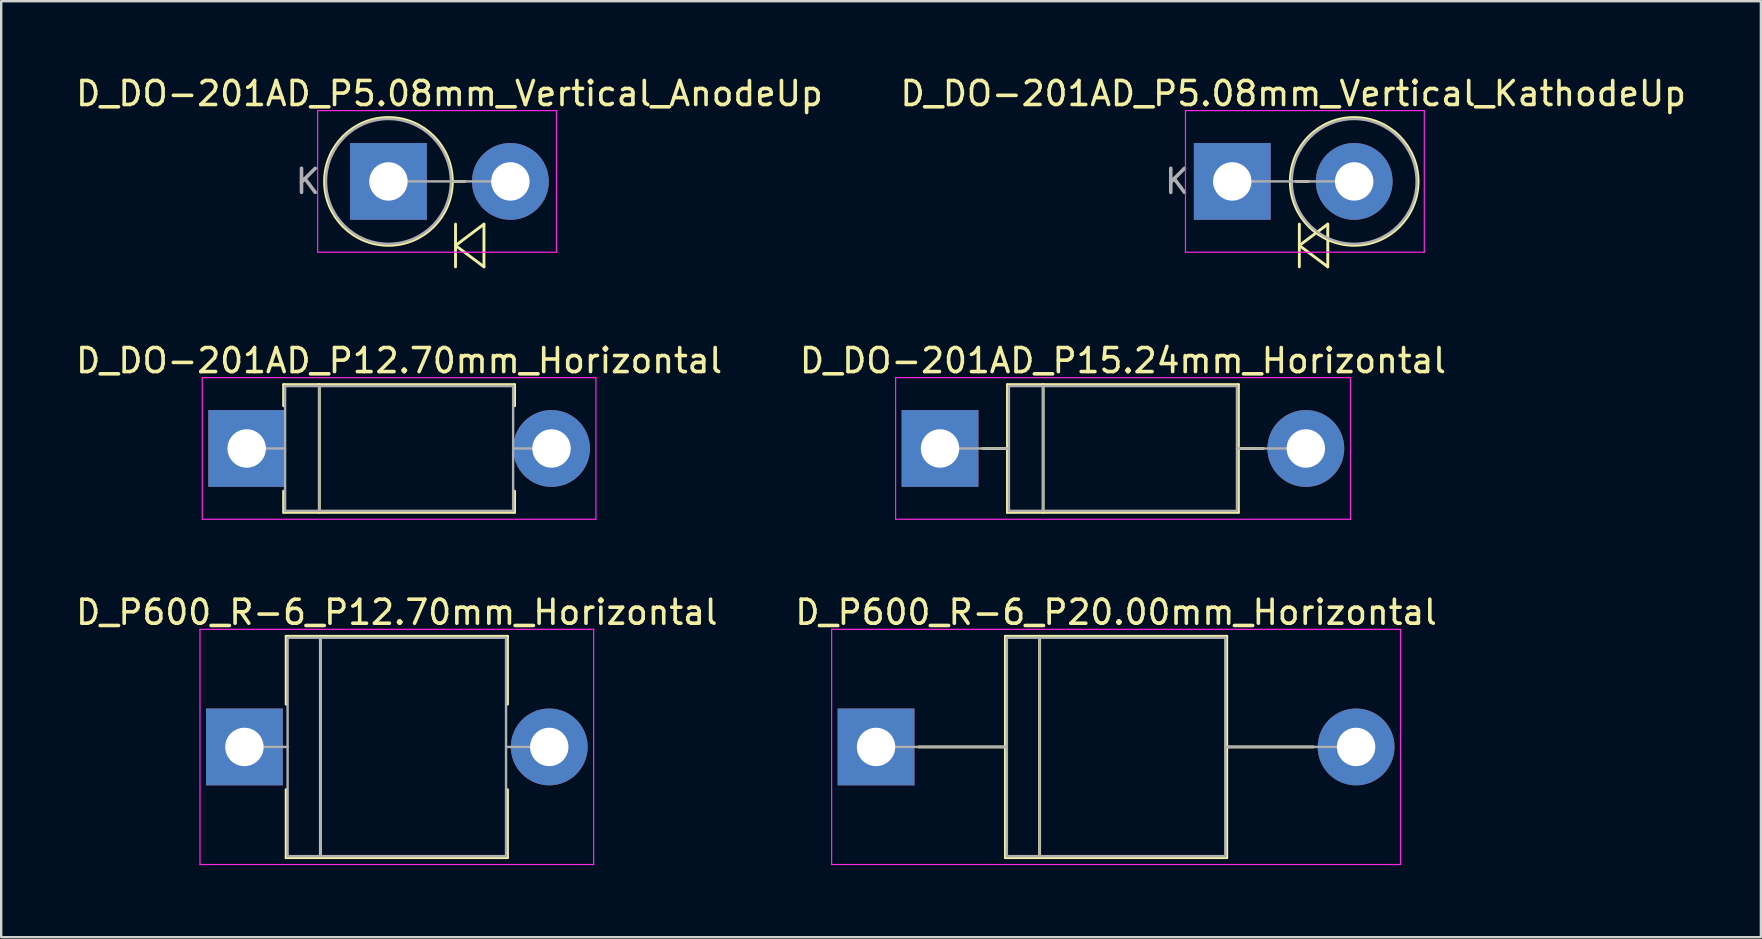
<source format=kicad_pcb>
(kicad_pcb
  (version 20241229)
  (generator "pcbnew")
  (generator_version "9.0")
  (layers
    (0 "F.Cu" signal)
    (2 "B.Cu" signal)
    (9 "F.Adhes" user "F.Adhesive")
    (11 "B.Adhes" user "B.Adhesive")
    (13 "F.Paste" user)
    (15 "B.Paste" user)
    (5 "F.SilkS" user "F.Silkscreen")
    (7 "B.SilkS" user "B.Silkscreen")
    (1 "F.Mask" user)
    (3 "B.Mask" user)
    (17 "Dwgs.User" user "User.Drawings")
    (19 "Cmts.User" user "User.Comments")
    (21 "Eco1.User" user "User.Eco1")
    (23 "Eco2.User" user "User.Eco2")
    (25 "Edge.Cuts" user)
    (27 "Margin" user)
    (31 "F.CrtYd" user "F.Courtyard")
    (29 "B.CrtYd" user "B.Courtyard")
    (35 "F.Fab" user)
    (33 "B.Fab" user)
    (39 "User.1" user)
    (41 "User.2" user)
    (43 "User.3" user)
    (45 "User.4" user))
  (footprint "D_DO-201AD_P5.08mm_Vertical_AnodeUp"
    (layer "F.Cu")
    (at 13.133 4.508)
    (property "Reference" "D_DO-201AD_P5.08mm_Vertical_AnodeUp" (at 2.54 -3.66 0) (layer "F.SilkS") (effects (font (size 1 1) (thickness 0.15))))
    (attr through_hole)
    (fp_line (start 2.66 0) (end 3.18 0) (stroke (width 0.12) (type solid)) (layer "F.SilkS"))
    (fp_line (start 2.794 1.78) (end 2.794 3.558) (stroke (width 0.12) (type solid)) (layer "F.SilkS"))
    (fp_line (start 2.794 2.669) (end 3.979 1.78) (stroke (width 0.12) (type solid)) (layer "F.SilkS"))
    (fp_line (start 3.979 1.78) (end 3.979 3.558) (stroke (width 0.12) (type solid)) (layer "F.SilkS"))
    (fp_line (start 3.979 3.558) (end 2.794 2.669) (stroke (width 0.12) (type solid)) (layer "F.SilkS"))
    (fp_circle (center 0 0) (end 2.66 0) (stroke (width 0.12) (type solid)) (fill no) (layer "F.SilkS"))
    (fp_line (start -2.95 -2.95) (end -2.95 2.95) (stroke (width 0.05) (type solid)) (layer "F.CrtYd"))
    (fp_line (start -2.95 2.95) (end 7 2.95) (stroke (width 0.05) (type solid)) (layer "F.CrtYd"))
    (fp_line (start 7 -2.95) (end -2.95 -2.95) (stroke (width 0.05) (type solid)) (layer "F.CrtYd"))
    (fp_line (start 7 2.95) (end 7 -2.95) (stroke (width 0.05) (type solid)) (layer "F.CrtYd"))
    (fp_line (start 0 0) (end 5.08 0) (stroke (width 0.1) (type solid)) (layer "F.Fab"))
    (fp_circle (center 0 0) (end 2.6 0) (stroke (width 0.1) (type solid)) (fill no) (layer "F.Fab"))
    (fp_text user "K" (at -3.36 0 0) (layer "F.Fab") (effects (font (size 1 1) (thickness 0.15))))
    (pad "1" thru_hole rect (at 0 0) (size 3.2 3.2) (drill 1.6) (layers "*.Cu" "*.Mask"))
    (pad "2" thru_hole oval (at 5.08 0) (size 3.2 3.2) (drill 1.6) (layers "*.Cu" "*.Mask")))
  (footprint "D_P600_R-6_P20.00mm_Horizontal"
    (layer "F.Cu")
    (at 33.446 28.068)
    (property "Reference" "D_P600_R-6_P20.00mm_Horizontal" (at 10 -5.61 0) (layer "F.SilkS") (effects (font (size 1 1) (thickness 0.15))))
    (attr through_hole)
    (fp_line (start 1.78 0) (end 5.39 0) (stroke (width 0.12) (type solid)) (layer "F.SilkS"))
    (fp_line (start 5.39 -4.61) (end 5.39 4.61) (stroke (width 0.12) (type solid)) (layer "F.SilkS"))
    (fp_line (start 5.39 4.61) (end 14.61 4.61) (stroke (width 0.12) (type solid)) (layer "F.SilkS"))
    (fp_line (start 6.815 -4.61) (end 6.815 4.61) (stroke (width 0.12) (type solid)) (layer "F.SilkS"))
    (fp_line (start 14.61 -4.61) (end 5.39 -4.61) (stroke (width 0.12) (type solid)) (layer "F.SilkS"))
    (fp_line (start 14.61 4.61) (end 14.61 -4.61) (stroke (width 0.12) (type solid)) (layer "F.SilkS"))
    (fp_line (start 18.22 0) (end 14.61 0) (stroke (width 0.12) (type solid)) (layer "F.SilkS"))
    (fp_line (start -1.85 -4.9) (end -1.85 4.9) (stroke (width 0.05) (type solid)) (layer "F.CrtYd"))
    (fp_line (start -1.85 4.9) (end 21.85 4.9) (stroke (width 0.05) (type solid)) (layer "F.CrtYd"))
    (fp_line (start 21.85 -4.9) (end -1.85 -4.9) (stroke (width 0.05) (type solid)) (layer "F.CrtYd"))
    (fp_line (start 21.85 4.9) (end 21.85 -4.9) (stroke (width 0.05) (type solid)) (layer "F.CrtYd"))
    (fp_line (start 0 0) (end 5.45 0) (stroke (width 0.1) (type solid)) (layer "F.Fab"))
    (fp_line (start 5.45 -4.55) (end 5.45 4.55) (stroke (width 0.1) (type solid)) (layer "F.Fab"))
    (fp_line (start 5.45 4.55) (end 14.55 4.55) (stroke (width 0.1) (type solid)) (layer "F.Fab"))
    (fp_line (start 6.815 -4.55) (end 6.815 4.55) (stroke (width 0.1) (type solid)) (layer "F.Fab"))
    (fp_line (start 14.55 -4.55) (end 5.45 -4.55) (stroke (width 0.1) (type solid)) (layer "F.Fab"))
    (fp_line (start 14.55 4.55) (end 14.55 -4.55) (stroke (width 0.1) (type solid)) (layer "F.Fab"))
    (fp_line (start 20 0) (end 14.55 0) (stroke (width 0.1) (type solid)) (layer "F.Fab"))
    (pad "1" thru_hole rect (at 0 0) (size 3.2 3.2) (drill 1.6) (layers "*.Cu" "*.Mask"))
    (pad "2" thru_hole oval (at 20 0) (size 3.2 3.2) (drill 1.6) (layers "*.Cu" "*.Mask")))
  (footprint "D_DO-201AD_P15.24mm_Horizontal"
    (layer "F.Cu")
    (at 36.112 15.634)
    (property "Reference" "D_DO-201AD_P15.24mm_Horizontal" (at 7.62 -3.66 0) (layer "F.SilkS") (effects (font (size 1 1) (thickness 0.15))))
    (attr through_hole)
    (fp_line (start 1.78 0) (end 2.81 0) (stroke (width 0.12) (type solid)) (layer "F.SilkS"))
    (fp_line (start 2.81 -2.66) (end 2.81 2.66) (stroke (width 0.12) (type solid)) (layer "F.SilkS"))
    (fp_line (start 2.81 2.66) (end 12.43 2.66) (stroke (width 0.12) (type solid)) (layer "F.SilkS"))
    (fp_line (start 4.295 -2.66) (end 4.295 2.66) (stroke (width 0.12) (type solid)) (layer "F.SilkS"))
    (fp_line (start 12.43 -2.66) (end 2.81 -2.66) (stroke (width 0.12) (type solid)) (layer "F.SilkS"))
    (fp_line (start 12.43 2.66) (end 12.43 -2.66) (stroke (width 0.12) (type solid)) (layer "F.SilkS"))
    (fp_line (start 13.46 0) (end 12.43 0) (stroke (width 0.12) (type solid)) (layer "F.SilkS"))
    (fp_line (start -1.85 -2.95) (end -1.85 2.95) (stroke (width 0.05) (type solid)) (layer "F.CrtYd"))
    (fp_line (start -1.85 2.95) (end 17.1 2.95) (stroke (width 0.05) (type solid)) (layer "F.CrtYd"))
    (fp_line (start 17.1 -2.95) (end -1.85 -2.95) (stroke (width 0.05) (type solid)) (layer "F.CrtYd"))
    (fp_line (start 17.1 2.95) (end 17.1 -2.95) (stroke (width 0.05) (type solid)) (layer "F.CrtYd"))
    (fp_line (start 0 0) (end 2.87 0) (stroke (width 0.1) (type solid)) (layer "F.Fab"))
    (fp_line (start 2.87 -2.6) (end 2.87 2.6) (stroke (width 0.1) (type solid)) (layer "F.Fab"))
    (fp_line (start 2.87 2.6) (end 12.37 2.6) (stroke (width 0.1) (type solid)) (layer "F.Fab"))
    (fp_line (start 4.295 -2.6) (end 4.295 2.6) (stroke (width 0.1) (type solid)) (layer "F.Fab"))
    (fp_line (start 12.37 -2.6) (end 2.87 -2.6) (stroke (width 0.1) (type solid)) (layer "F.Fab"))
    (fp_line (start 12.37 2.6) (end 12.37 -2.6) (stroke (width 0.1) (type solid)) (layer "F.Fab"))
    (fp_line (start 15.24 0) (end 12.37 0) (stroke (width 0.1) (type solid)) (layer "F.Fab"))
    (pad "1" thru_hole rect (at 0 0) (size 3.2 3.2) (drill 1.6) (layers "*.Cu" "*.Mask"))
    (pad "2" thru_hole oval (at 15.24 0) (size 3.2 3.2) (drill 1.6) (layers "*.Cu" "*.Mask")))
  (footprint "D_DO-201AD_P5.08mm_Vertical_KathodeUp"
    (layer "F.Cu")
    (at 48.287 4.508)
    (property "Reference" "D_DO-201AD_P5.08mm_Vertical_KathodeUp" (at 2.54 -3.66 0) (layer "F.SilkS") (effects (font (size 1 1) (thickness 0.15))))
    (attr through_hole)
    (fp_line (start 2.66 0) (end 3.18 0) (stroke (width 0.12) (type solid)) (layer "F.SilkS"))
    (fp_line (start 2.794 1.78) (end 2.794 3.558) (stroke (width 0.12) (type solid)) (layer "F.SilkS"))
    (fp_line (start 2.794 2.669) (end 3.979 1.78) (stroke (width 0.12) (type solid)) (layer "F.SilkS"))
    (fp_line (start 3.979 1.78) (end 3.979 3.558) (stroke (width 0.12) (type solid)) (layer "F.SilkS"))
    (fp_line (start 3.979 3.558) (end 2.794 2.669) (stroke (width 0.12) (type solid)) (layer "F.SilkS"))
    (fp_circle (center 5.08 0) (end 7.74 0) (stroke (width 0.12) (type solid)) (fill no) (layer "F.SilkS"))
    (fp_line (start -1.95 -2.95) (end -1.95 2.95) (stroke (width 0.05) (type solid)) (layer "F.CrtYd"))
    (fp_line (start -1.95 2.95) (end 8 2.95) (stroke (width 0.05) (type solid)) (layer "F.CrtYd"))
    (fp_line (start 8 -2.95) (end -1.95 -2.95) (stroke (width 0.05) (type solid)) (layer "F.CrtYd"))
    (fp_line (start 8 2.95) (end 8 -2.95) (stroke (width 0.05) (type solid)) (layer "F.CrtYd"))
    (fp_line (start 0 0) (end 5.08 0) (stroke (width 0.1) (type solid)) (layer "F.Fab"))
    (fp_circle (center 5.08 0) (end 7.68 0) (stroke (width 0.1) (type solid)) (fill no) (layer "F.Fab"))
    (fp_text user "K" (at -2.3 0 0) (layer "F.Fab") (effects (font (size 1 1) (thickness 0.15))))
    (pad "1" thru_hole rect (at 0 0) (size 3.2 3.2) (drill 1.6) (layers "*.Cu" "*.Mask"))
    (pad "2" thru_hole oval (at 5.08 0) (size 3.2 3.2) (drill 1.6) (layers "*.Cu" "*.Mask")))
  (footprint "D_P600_R-6_P12.70mm_Horizontal"
    (layer "F.Cu")
    (at 7.132 28.068)
    (property "Reference" "D_P600_R-6_P12.70mm_Horizontal" (at 6.35 -5.61 0) (layer "F.SilkS") (effects (font (size 1 1) (thickness 0.15))))
    (attr through_hole)
    (fp_line (start 1.74 -4.61) (end 10.96 -4.61) (stroke (width 0.12) (type solid)) (layer "F.SilkS"))
    (fp_line (start 1.74 -1.78) (end 1.74 -4.61) (stroke (width 0.12) (type solid)) (layer "F.SilkS"))
    (fp_line (start 1.74 1.78) (end 1.74 4.61) (stroke (width 0.12) (type solid)) (layer "F.SilkS"))
    (fp_line (start 1.74 4.61) (end 10.96 4.61) (stroke (width 0.12) (type solid)) (layer "F.SilkS"))
    (fp_line (start 3.165 -4.61) (end 3.165 4.61) (stroke (width 0.12) (type solid)) (layer "F.SilkS"))
    (fp_line (start 10.96 -4.61) (end 10.96 -1.78) (stroke (width 0.12) (type solid)) (layer "F.SilkS"))
    (fp_line (start 10.96 4.61) (end 10.96 1.78) (stroke (width 0.12) (type solid)) (layer "F.SilkS"))
    (fp_line (start -1.85 -4.9) (end -1.85 4.9) (stroke (width 0.05) (type solid)) (layer "F.CrtYd"))
    (fp_line (start -1.85 4.9) (end 14.55 4.9) (stroke (width 0.05) (type solid)) (layer "F.CrtYd"))
    (fp_line (start 14.55 -4.9) (end -1.85 -4.9) (stroke (width 0.05) (type solid)) (layer "F.CrtYd"))
    (fp_line (start 14.55 4.9) (end 14.55 -4.9) (stroke (width 0.05) (type solid)) (layer "F.CrtYd"))
    (fp_line (start 0 0) (end 1.8 0) (stroke (width 0.1) (type solid)) (layer "F.Fab"))
    (fp_line (start 1.8 -4.55) (end 1.8 4.55) (stroke (width 0.1) (type solid)) (layer "F.Fab"))
    (fp_line (start 1.8 4.55) (end 10.9 4.55) (stroke (width 0.1) (type solid)) (layer "F.Fab"))
    (fp_line (start 3.165 -4.55) (end 3.165 4.55) (stroke (width 0.1) (type solid)) (layer "F.Fab"))
    (fp_line (start 10.9 -4.55) (end 1.8 -4.55) (stroke (width 0.1) (type solid)) (layer "F.Fab"))
    (fp_line (start 10.9 4.55) (end 10.9 -4.55) (stroke (width 0.1) (type solid)) (layer "F.Fab"))
    (fp_line (start 12.7 0) (end 10.9 0) (stroke (width 0.1) (type solid)) (layer "F.Fab"))
    (pad "1" thru_hole rect (at 0 0) (size 3.2 3.2) (drill 1.6) (layers "*.Cu" "*.Mask"))
    (pad "2" thru_hole oval (at 12.7 0) (size 3.2 3.2) (drill 1.6) (layers "*.Cu" "*.Mask")))
  (footprint "D_DO-201AD_P12.70mm_Horizontal"
    (layer "F.Cu")
    (at 7.227 15.634)
    (property "Reference" "D_DO-201AD_P12.70mm_Horizontal" (at 6.35 -3.66 0) (layer "F.SilkS") (effects (font (size 1 1) (thickness 0.15))))
    (attr through_hole)
    (fp_line (start 1.54 -2.66) (end 11.16 -2.66) (stroke (width 0.12) (type solid)) (layer "F.SilkS"))
    (fp_line (start 1.54 -1.78) (end 1.54 -2.66) (stroke (width 0.12) (type solid)) (layer "F.SilkS"))
    (fp_line (start 1.54 1.78) (end 1.54 2.66) (stroke (width 0.12) (type solid)) (layer "F.SilkS"))
    (fp_line (start 1.54 2.66) (end 11.16 2.66) (stroke (width 0.12) (type solid)) (layer "F.SilkS"))
    (fp_line (start 3.025 -2.66) (end 3.025 2.66) (stroke (width 0.12) (type solid)) (layer "F.SilkS"))
    (fp_line (start 11.16 -2.66) (end 11.16 -1.78) (stroke (width 0.12) (type solid)) (layer "F.SilkS"))
    (fp_line (start 11.16 2.66) (end 11.16 1.78) (stroke (width 0.12) (type solid)) (layer "F.SilkS"))
    (fp_line (start -1.85 -2.95) (end -1.85 2.95) (stroke (width 0.05) (type solid)) (layer "F.CrtYd"))
    (fp_line (start -1.85 2.95) (end 14.55 2.95) (stroke (width 0.05) (type solid)) (layer "F.CrtYd"))
    (fp_line (start 14.55 -2.95) (end -1.85 -2.95) (stroke (width 0.05) (type solid)) (layer "F.CrtYd"))
    (fp_line (start 14.55 2.95) (end 14.55 -2.95) (stroke (width 0.05) (type solid)) (layer "F.CrtYd"))
    (fp_line (start 0 0) (end 1.6 0) (stroke (width 0.1) (type solid)) (layer "F.Fab"))
    (fp_line (start 1.6 -2.6) (end 1.6 2.6) (stroke (width 0.1) (type solid)) (layer "F.Fab"))
    (fp_line (start 1.6 2.6) (end 11.1 2.6) (stroke (width 0.1) (type solid)) (layer "F.Fab"))
    (fp_line (start 3.025 -2.6) (end 3.025 2.6) (stroke (width 0.1) (type solid)) (layer "F.Fab"))
    (fp_line (start 11.1 -2.6) (end 1.6 -2.6) (stroke (width 0.1) (type solid)) (layer "F.Fab"))
    (fp_line (start 11.1 2.6) (end 11.1 -2.6) (stroke (width 0.1) (type solid)) (layer "F.Fab"))
    (fp_line (start 12.7 0) (end 11.1 0) (stroke (width 0.1) (type solid)) (layer "F.Fab"))
    (pad "1" thru_hole rect (at 0 0) (size 3.2 3.2) (drill 1.6) (layers "*.Cu" "*.Mask"))
    (pad "2" thru_hole oval (at 12.7 0) (size 3.2 3.2) (drill 1.6) (layers "*.Cu" "*.Mask")))
  (gr_rect
    (start -3 -3)
    (end 70.31 35.993)
    (stroke (width 0.1) (type default))
    (fill no)
    (layer "Edge.Cuts")))
</source>
